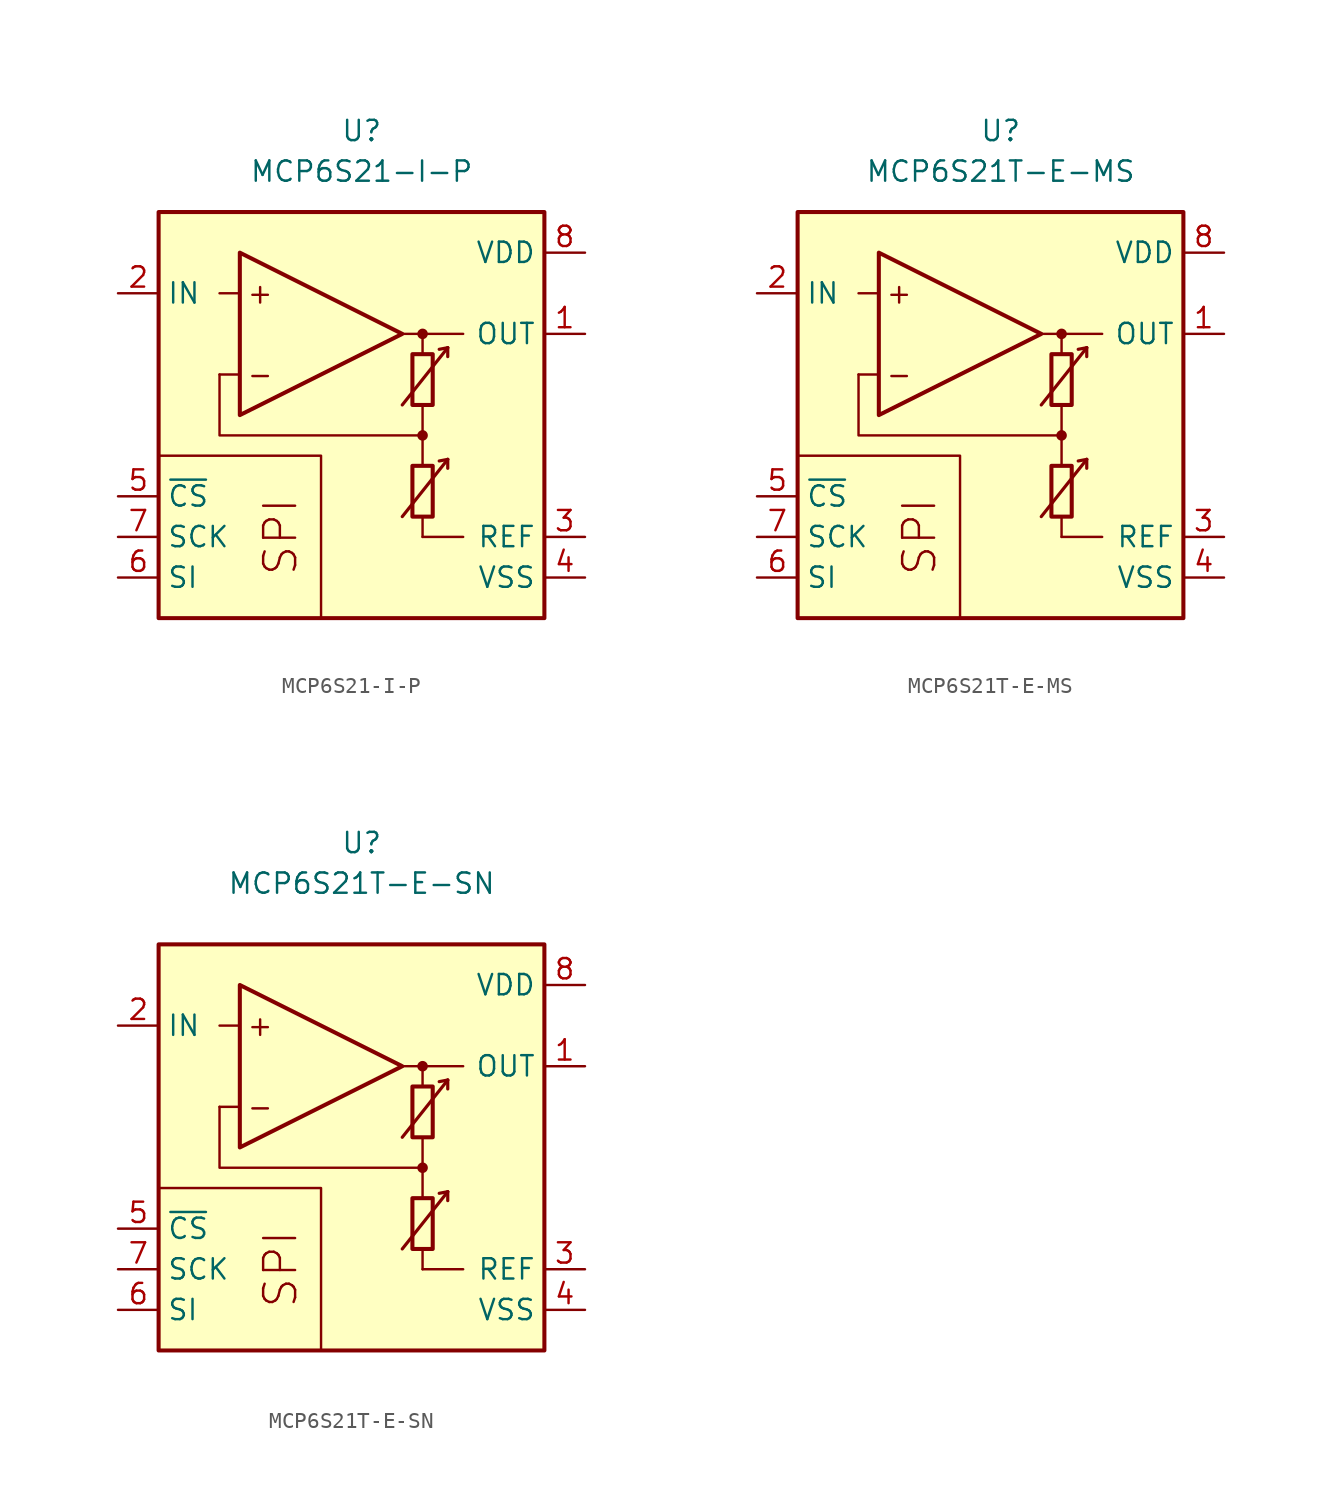
<source format=kicad_sym>
(kicad_symbol_lib
  (version 20211014)
  (generator kicad_symbol_editor)
  (symbol "MCP6S21-I-P"
    (property "Reference" "U"
      (at 0 17.78 0)
      (effects (font (size 1.27 1.27))))
    (property "Value" "MCP6S21-I-P"
      (at 0 15.24 0)
      (effects (font (size 1.27 1.27))))
    (symbol "MCP6S21-I-P_0_0"
      (rectangle (start -12.7 12.7) (end 11.43 -12.7) (stroke (width 0.254) (type default) (color 0 0 0 0)) (fill (type background)))
      (polyline (pts (xy 3.81 -3.81)) (stroke (width 0.152) (type default) (color 0 0 0 0)) (fill (type none)))
      (polyline (pts (xy 3.81 3.81)) (stroke (width 0.152) (type default) (color 0 0 0 0)) (fill (type none)))
      (polyline (pts (xy -7.62 2.54) (xy -8.89 2.54)) (stroke (width 0.152) (type default) (color 0 0 0 0)) (fill (type none)))
      (polyline (pts (xy -7.62 7.62) (xy -8.89 7.62)) (stroke (width 0.152) (type default) (color 0 0 0 0)) (fill (type none)))
      (polyline (pts (xy 2.54 5.08) (xy 6.35 5.08)) (stroke (width 0.152) (type default) (color 0 0 0 0)) (fill (type none)))
      (polyline (pts (xy 3.81 -6.35) (xy 3.81 -7.62)) (stroke (width 0.152) (type default) (color 0 0 0 0)) (fill (type none)))
      (polyline (pts (xy 3.81 -1.27) (xy 3.81 -3.175)) (stroke (width 0.152) (type default) (color 0 0 0 0)) (fill (type none)))
      (polyline (pts (xy 3.81 0.635) (xy 3.81 -1.27)) (stroke (width 0.152) (type default) (color 0 0 0 0)) (fill (type none)))
      (polyline (pts (xy 3.81 5.08) (xy 3.81 3.81)) (stroke (width 0.152) (type default) (color 0 0 0 0)) (fill (type none)))
      (polyline (pts (xy -2.54 -12.7) (xy -2.54 -2.54) (xy -12.7 -2.54)) (stroke (width 0.152) (type default) (color 0 0 0 0)) (fill (type none)))
      (polyline (pts (xy 3.81 -1.27) (xy -8.89 -1.27) (xy -8.89 2.54)) (stroke (width 0.152) (type default) (color 0 0 0 0)) (fill (type none)))
      (circle (center 3.81 -1.27) (radius 0.254) (stroke (width 0.152) (type default) (color 0 0 0 0)) (fill (type outline)))
      (circle (center 3.81 5.08) (radius 0.254) (stroke (width 0.152) (type default) (color 0 0 0 0)) (fill (type outline)))
      (text "+" (at -6.35 7.62 0) (effects (font (size 1.27 1.27))))
      (text "-" (at -6.35 2.54 0) (effects (font (size 1.27 1.27))))
      (text "SPI" (at -5.08 -7.62 900) (effects (font (size 2 2)))))
    (symbol "MCP6S21-I-P_0_1"
      (polyline (pts (xy 3.81 -7.62) (xy 6.35 -7.62)) (stroke (width 0) (type default) (color 0 0 0 0)) (fill (type none)))
      (polyline (pts (xy 5.385 -2.769) (xy 4.851 -2.87)) (stroke (width 0.2) (type default) (color 0 0 0 0)) (fill (type none)))
      (polyline (pts (xy 5.385 -2.769) (xy 5.385 -3.327)) (stroke (width 0.2) (type default) (color 0 0 0 0)) (fill (type none)))
      (polyline (pts (xy 5.385 4.216) (xy 4.851 4.115)) (stroke (width 0.2) (type default) (color 0 0 0 0)) (fill (type none)))
      (polyline (pts (xy 5.385 4.216) (xy 5.385 3.658)) (stroke (width 0.2) (type default) (color 0 0 0 0)) (fill (type none)))
      (polyline (pts (xy -7.62 10.16) (xy -7.62 0) (xy 2.54 5.08) (xy -7.62 10.16)) (stroke (width 0.254) (type default) (color 0 0 0 0)) (fill (type background)))
      (polyline (pts (xy 2.54 -6.35) (xy 5.385 -2.769) (xy 5.385 -2.769) (xy 5.385 -2.769)) (stroke (width 0.2) (type default) (color 0 0 0 0)) (fill (type none)))
      (polyline (pts (xy 2.54 0.635) (xy 5.385 4.216) (xy 5.385 4.216) (xy 5.385 4.216)) (stroke (width 0.2) (type default) (color 0 0 0 0)) (fill (type none)))
      (rectangle (start 3.175 -3.175) (end 4.445 -6.35) (stroke (width 0.254) (type default) (color 0 0 0 0)) (fill (type none)))
      (rectangle (start 3.175 3.81) (end 4.445 0.635) (stroke (width 0.254) (type default) (color 0 0 0 0)) (fill (type none))))
    (symbol "MCP6S21-I-P_1_1"
      (pin output line (at 13.97 5.08 180) (length 2.54) (name "OUT" (effects (font (size 1.27 1.27)))) (number "1" (effects (font (size 1.27 1.27)))))
      (pin input line (at -15.24 7.62 0) (length 2.54) (name "IN" (effects (font (size 1.27 1.27)))) (number "2" (effects (font (size 1.27 1.27)))))
      (pin passive line (at 13.97 -7.62 180) (length 2.54) (name "REF" (effects (font (size 1.27 1.27)))) (number "3" (effects (font (size 1.27 1.27)))))
      (pin power_in line (at 13.97 -10.16 180) (length 2.54) (name "VSS" (effects (font (size 1.27 1.27)))) (number "4" (effects (font (size 1.27 1.27)))))
      (pin input line (at -15.24 -5.08 0) (length 2.54) (name "~{CS}" (effects (font (size 1.27 1.27)))) (number "5" (effects (font (size 1.27 1.27)))))
      (pin input line (at -15.24 -10.16 0) (length 2.54) (name "SI" (effects (font (size 1.27 1.27)))) (number "6" (effects (font (size 1.27 1.27)))))
      (pin input line (at -15.24 -7.62 0) (length 2.54) (name "SCK" (effects (font (size 1.27 1.27)))) (number "7" (effects (font (size 1.27 1.27)))))
      (pin power_in line (at 13.97 10.16 180) (length 2.54) (name "VDD" (effects (font (size 1.27 1.27)))) (number "8" (effects (font (size 1.27 1.27)))))))
  (symbol "MCP6S21T-E-MS"
    (property "Reference" "U"
      (at 0 17.78 0)
      (effects (font (size 1.27 1.27))))
    (property "Value" "MCP6S21T-E-MS"
      (at 0 15.24 0)
      (effects (font (size 1.27 1.27))))
    (symbol "MCP6S21T-E-MS_0_0"
      (rectangle (start -12.7 12.7) (end 11.43 -12.7) (stroke (width 0.254) (type default) (color 0 0 0 0)) (fill (type background)))
      (polyline (pts (xy 3.81 -3.81)) (stroke (width 0.152) (type default) (color 0 0 0 0)) (fill (type none)))
      (polyline (pts (xy 3.81 3.81)) (stroke (width 0.152) (type default) (color 0 0 0 0)) (fill (type none)))
      (polyline (pts (xy -7.62 2.54) (xy -8.89 2.54)) (stroke (width 0.152) (type default) (color 0 0 0 0)) (fill (type none)))
      (polyline (pts (xy -7.62 7.62) (xy -8.89 7.62)) (stroke (width 0.152) (type default) (color 0 0 0 0)) (fill (type none)))
      (polyline (pts (xy 2.54 5.08) (xy 6.35 5.08)) (stroke (width 0.152) (type default) (color 0 0 0 0)) (fill (type none)))
      (polyline (pts (xy 3.81 -6.35) (xy 3.81 -7.62)) (stroke (width 0.152) (type default) (color 0 0 0 0)) (fill (type none)))
      (polyline (pts (xy 3.81 -1.27) (xy 3.81 -3.175)) (stroke (width 0.152) (type default) (color 0 0 0 0)) (fill (type none)))
      (polyline (pts (xy 3.81 0.635) (xy 3.81 -1.27)) (stroke (width 0.152) (type default) (color 0 0 0 0)) (fill (type none)))
      (polyline (pts (xy 3.81 5.08) (xy 3.81 3.81)) (stroke (width 0.152) (type default) (color 0 0 0 0)) (fill (type none)))
      (polyline (pts (xy -2.54 -12.7) (xy -2.54 -2.54) (xy -12.7 -2.54)) (stroke (width 0.152) (type default) (color 0 0 0 0)) (fill (type none)))
      (polyline (pts (xy 3.81 -1.27) (xy -8.89 -1.27) (xy -8.89 2.54)) (stroke (width 0.152) (type default) (color 0 0 0 0)) (fill (type none)))
      (circle (center 3.81 -1.27) (radius 0.254) (stroke (width 0.152) (type default) (color 0 0 0 0)) (fill (type outline)))
      (circle (center 3.81 5.08) (radius 0.254) (stroke (width 0.152) (type default) (color 0 0 0 0)) (fill (type outline)))
      (text "+" (at -6.35 7.62 0) (effects (font (size 1.27 1.27))))
      (text "-" (at -6.35 2.54 0) (effects (font (size 1.27 1.27))))
      (text "SPI" (at -5.08 -7.62 900) (effects (font (size 2 2)))))
    (symbol "MCP6S21T-E-MS_0_1"
      (polyline (pts (xy 3.81 -7.62) (xy 6.35 -7.62)) (stroke (width 0) (type default) (color 0 0 0 0)) (fill (type none)))
      (polyline (pts (xy 5.385 -2.769) (xy 4.851 -2.87)) (stroke (width 0.2) (type default) (color 0 0 0 0)) (fill (type none)))
      (polyline (pts (xy 5.385 -2.769) (xy 5.385 -3.327)) (stroke (width 0.2) (type default) (color 0 0 0 0)) (fill (type none)))
      (polyline (pts (xy 5.385 4.216) (xy 4.851 4.115)) (stroke (width 0.2) (type default) (color 0 0 0 0)) (fill (type none)))
      (polyline (pts (xy 5.385 4.216) (xy 5.385 3.658)) (stroke (width 0.2) (type default) (color 0 0 0 0)) (fill (type none)))
      (polyline (pts (xy -7.62 10.16) (xy -7.62 0) (xy 2.54 5.08) (xy -7.62 10.16)) (stroke (width 0.254) (type default) (color 0 0 0 0)) (fill (type background)))
      (polyline (pts (xy 2.54 -6.35) (xy 5.385 -2.769) (xy 5.385 -2.769) (xy 5.385 -2.769)) (stroke (width 0.2) (type default) (color 0 0 0 0)) (fill (type none)))
      (polyline (pts (xy 2.54 0.635) (xy 5.385 4.216) (xy 5.385 4.216) (xy 5.385 4.216)) (stroke (width 0.2) (type default) (color 0 0 0 0)) (fill (type none)))
      (rectangle (start 3.175 -3.175) (end 4.445 -6.35) (stroke (width 0.254) (type default) (color 0 0 0 0)) (fill (type none)))
      (rectangle (start 3.175 3.81) (end 4.445 0.635) (stroke (width 0.254) (type default) (color 0 0 0 0)) (fill (type none))))
    (symbol "MCP6S21T-E-MS_1_1"
      (pin output line (at 13.97 5.08 180) (length 2.54) (name "OUT" (effects (font (size 1.27 1.27)))) (number "1" (effects (font (size 1.27 1.27)))))
      (pin input line (at -15.24 7.62 0) (length 2.54) (name "IN" (effects (font (size 1.27 1.27)))) (number "2" (effects (font (size 1.27 1.27)))))
      (pin passive line (at 13.97 -7.62 180) (length 2.54) (name "REF" (effects (font (size 1.27 1.27)))) (number "3" (effects (font (size 1.27 1.27)))))
      (pin power_in line (at 13.97 -10.16 180) (length 2.54) (name "VSS" (effects (font (size 1.27 1.27)))) (number "4" (effects (font (size 1.27 1.27)))))
      (pin input line (at -15.24 -5.08 0) (length 2.54) (name "~{CS}" (effects (font (size 1.27 1.27)))) (number "5" (effects (font (size 1.27 1.27)))))
      (pin input line (at -15.24 -10.16 0) (length 2.54) (name "SI" (effects (font (size 1.27 1.27)))) (number "6" (effects (font (size 1.27 1.27)))))
      (pin input line (at -15.24 -7.62 0) (length 2.54) (name "SCK" (effects (font (size 1.27 1.27)))) (number "7" (effects (font (size 1.27 1.27)))))
      (pin power_in line (at 13.97 10.16 180) (length 2.54) (name "VDD" (effects (font (size 1.27 1.27)))) (number "8" (effects (font (size 1.27 1.27)))))))
  (symbol "MCP6S21T-E-SN"
    (property "Reference" "U"
      (at 0 19.05 0)
      (effects (font (size 1.27 1.27))))
    (property "Value" "MCP6S21T-E-SN"
      (at 0 16.51 0)
      (effects (font (size 1.27 1.27))))
    (symbol "MCP6S21T-E-SN_0_0"
      (rectangle (start -12.7 12.7) (end 11.43 -12.7) (stroke (width 0.254) (type default) (color 0 0 0 0)) (fill (type background)))
      (polyline (pts (xy 3.81 -3.81)) (stroke (width 0.152) (type default) (color 0 0 0 0)) (fill (type none)))
      (polyline (pts (xy 3.81 3.81)) (stroke (width 0.152) (type default) (color 0 0 0 0)) (fill (type none)))
      (polyline (pts (xy -7.62 2.54) (xy -8.89 2.54)) (stroke (width 0.152) (type default) (color 0 0 0 0)) (fill (type none)))
      (polyline (pts (xy -7.62 7.62) (xy -8.89 7.62)) (stroke (width 0.152) (type default) (color 0 0 0 0)) (fill (type none)))
      (polyline (pts (xy 2.54 5.08) (xy 6.35 5.08)) (stroke (width 0.152) (type default) (color 0 0 0 0)) (fill (type none)))
      (polyline (pts (xy 3.81 -6.35) (xy 3.81 -7.62)) (stroke (width 0.152) (type default) (color 0 0 0 0)) (fill (type none)))
      (polyline (pts (xy 3.81 -1.27) (xy 3.81 -3.175)) (stroke (width 0.152) (type default) (color 0 0 0 0)) (fill (type none)))
      (polyline (pts (xy 3.81 0.635) (xy 3.81 -1.27)) (stroke (width 0.152) (type default) (color 0 0 0 0)) (fill (type none)))
      (polyline (pts (xy 3.81 5.08) (xy 3.81 3.81)) (stroke (width 0.152) (type default) (color 0 0 0 0)) (fill (type none)))
      (polyline (pts (xy -2.54 -12.7) (xy -2.54 -2.54) (xy -12.7 -2.54)) (stroke (width 0.152) (type default) (color 0 0 0 0)) (fill (type none)))
      (polyline (pts (xy 3.81 -1.27) (xy -8.89 -1.27) (xy -8.89 2.54)) (stroke (width 0.152) (type default) (color 0 0 0 0)) (fill (type none)))
      (circle (center 3.81 -1.27) (radius 0.254) (stroke (width 0.152) (type default) (color 0 0 0 0)) (fill (type outline)))
      (circle (center 3.81 5.08) (radius 0.254) (stroke (width 0.152) (type default) (color 0 0 0 0)) (fill (type outline)))
      (text "+" (at -6.35 7.62 0) (effects (font (size 1.27 1.27))))
      (text "-" (at -6.35 2.54 0) (effects (font (size 1.27 1.27))))
      (text "SPI" (at -5.08 -7.62 900) (effects (font (size 2 2)))))
    (symbol "MCP6S21T-E-SN_0_1"
      (polyline (pts (xy 3.81 -7.62) (xy 6.35 -7.62)) (stroke (width 0) (type default) (color 0 0 0 0)) (fill (type none)))
      (polyline (pts (xy 5.385 -2.769) (xy 4.851 -2.87)) (stroke (width 0.2) (type default) (color 0 0 0 0)) (fill (type none)))
      (polyline (pts (xy 5.385 -2.769) (xy 5.385 -3.327)) (stroke (width 0.2) (type default) (color 0 0 0 0)) (fill (type none)))
      (polyline (pts (xy 5.385 4.216) (xy 4.851 4.115)) (stroke (width 0.2) (type default) (color 0 0 0 0)) (fill (type none)))
      (polyline (pts (xy 5.385 4.216) (xy 5.385 3.658)) (stroke (width 0.2) (type default) (color 0 0 0 0)) (fill (type none)))
      (polyline (pts (xy -7.62 10.16) (xy -7.62 0) (xy 2.54 5.08) (xy -7.62 10.16)) (stroke (width 0.254) (type default) (color 0 0 0 0)) (fill (type background)))
      (polyline (pts (xy 2.54 -6.35) (xy 5.385 -2.769) (xy 5.385 -2.769) (xy 5.385 -2.769)) (stroke (width 0.2) (type default) (color 0 0 0 0)) (fill (type none)))
      (polyline (pts (xy 2.54 0.635) (xy 5.385 4.216) (xy 5.385 4.216) (xy 5.385 4.216)) (stroke (width 0.2) (type default) (color 0 0 0 0)) (fill (type none)))
      (rectangle (start 3.175 -3.175) (end 4.445 -6.35) (stroke (width 0.254) (type default) (color 0 0 0 0)) (fill (type none)))
      (rectangle (start 3.175 3.81) (end 4.445 0.635) (stroke (width 0.254) (type default) (color 0 0 0 0)) (fill (type none))))
    (symbol "MCP6S21T-E-SN_1_1"
      (pin output line (at 13.97 5.08 180) (length 2.54) (name "OUT" (effects (font (size 1.27 1.27)))) (number "1" (effects (font (size 1.27 1.27)))))
      (pin input line (at -15.24 7.62 0) (length 2.54) (name "IN" (effects (font (size 1.27 1.27)))) (number "2" (effects (font (size 1.27 1.27)))))
      (pin passive line (at 13.97 -7.62 180) (length 2.54) (name "REF" (effects (font (size 1.27 1.27)))) (number "3" (effects (font (size 1.27 1.27)))))
      (pin power_in line (at 13.97 -10.16 180) (length 2.54) (name "VSS" (effects (font (size 1.27 1.27)))) (number "4" (effects (font (size 1.27 1.27)))))
      (pin input line (at -15.24 -5.08 0) (length 2.54) (name "~{CS}" (effects (font (size 1.27 1.27)))) (number "5" (effects (font (size 1.27 1.27)))))
      (pin input line (at -15.24 -10.16 0) (length 2.54) (name "SI" (effects (font (size 1.27 1.27)))) (number "6" (effects (font (size 1.27 1.27)))))
      (pin input line (at -15.24 -7.62 0) (length 2.54) (name "SCK" (effects (font (size 1.27 1.27)))) (number "7" (effects (font (size 1.27 1.27)))))
      (pin power_in line (at 13.97 10.16 180) (length 2.54) (name "VDD" (effects (font (size 1.27 1.27)))) (number "8" (effects (font (size 1.27 1.27))))))))
</source>
